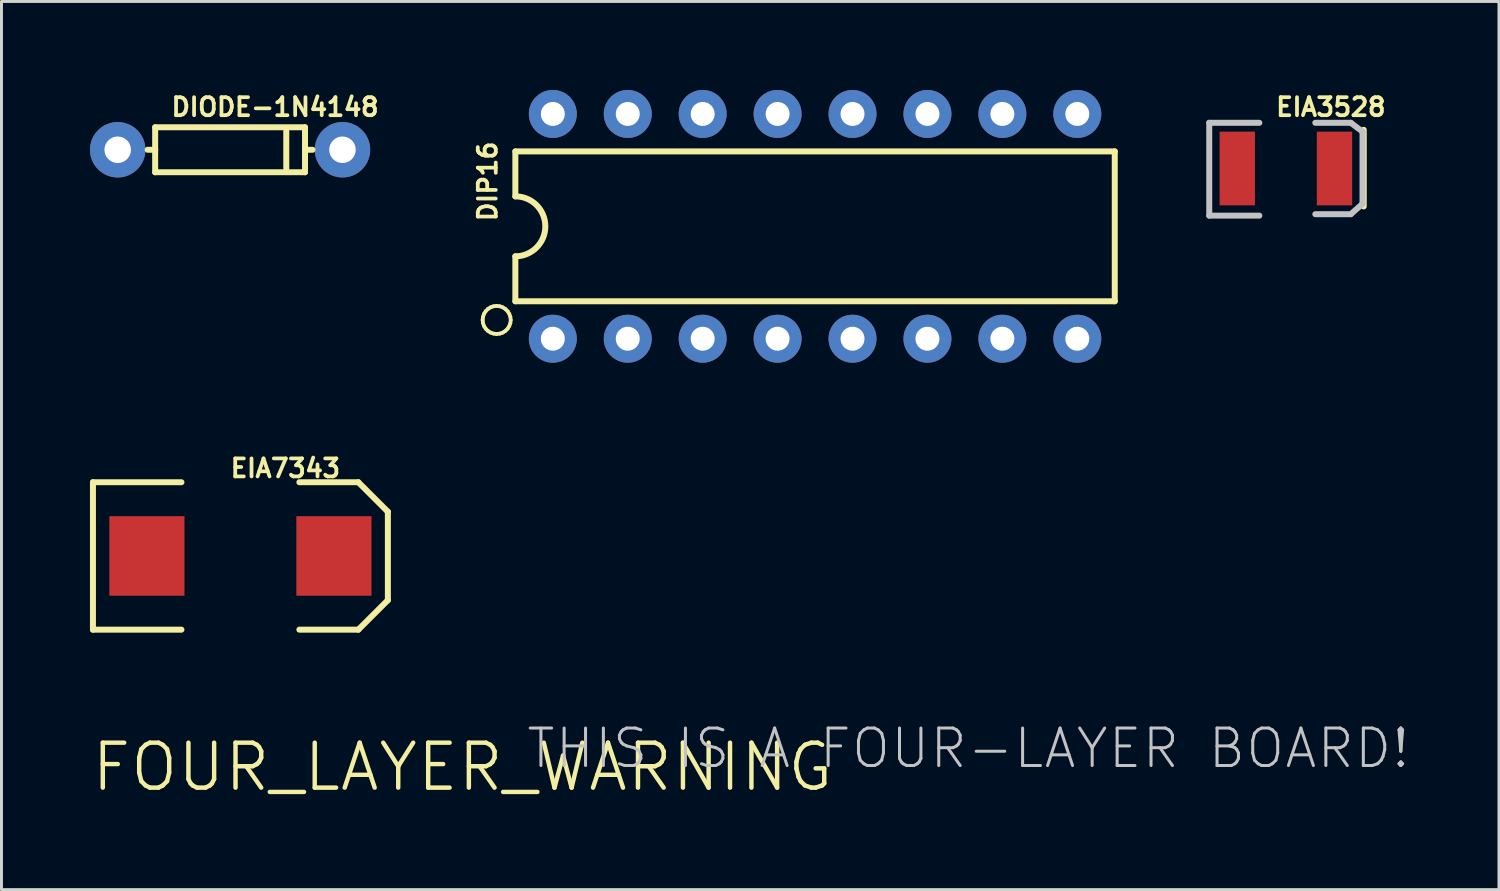
<source format=kicad_pcb>
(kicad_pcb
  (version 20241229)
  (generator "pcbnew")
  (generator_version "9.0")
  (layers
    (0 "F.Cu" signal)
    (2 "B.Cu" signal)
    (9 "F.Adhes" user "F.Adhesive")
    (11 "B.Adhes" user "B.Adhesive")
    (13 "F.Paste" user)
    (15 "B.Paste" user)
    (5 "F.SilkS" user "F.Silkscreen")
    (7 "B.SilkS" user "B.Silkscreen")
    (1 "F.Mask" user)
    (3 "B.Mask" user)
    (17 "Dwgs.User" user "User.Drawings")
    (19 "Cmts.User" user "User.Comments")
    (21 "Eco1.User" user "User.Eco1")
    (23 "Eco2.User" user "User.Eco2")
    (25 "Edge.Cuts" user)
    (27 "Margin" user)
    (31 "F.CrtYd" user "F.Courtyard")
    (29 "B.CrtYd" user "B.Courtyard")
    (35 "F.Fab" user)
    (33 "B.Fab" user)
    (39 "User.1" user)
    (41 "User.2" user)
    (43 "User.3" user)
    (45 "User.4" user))
  (footprint "FOUR_LAYER_WARNING"
    (layer "F.Cu")
    (at 12.627 22.954)
    (property "Reference" "FOUR_LAYER_WARNING" (at 0 0 0) (layer "F.SilkS") (effects (font (size 1.524 1.524) (thickness 0.15))))
    (attr exclude_from_pos_files exclude_from_bom)
    (fp_text user "THIS IS A FOUR-LAYER BOARD!" (at 17.145 -0.635 0) (layer "Dwgs.User") (effects (font (size 1.27 1.27) (thickness 0.102)))))
  (footprint "DIP16"
    (layer "F.Cu")
    (at 24.581 4.623)
    (property "Reference" "DIP16" (at -11.1 -1.524 90) (layer "F.SilkS") (effects (font (size 0.61 0.61) (thickness 0.127))))
    (attr exclude_from_pos_files exclude_from_bom)
    (fp_line (start -11.27 3.175) (end -11.257 3.068) (stroke (width 0.127) (type solid)) (layer "F.SilkS"))
    (fp_line (start -11.257 3.068) (end -11.222 2.967) (stroke (width 0.127) (type solid)) (layer "F.SilkS"))
    (fp_line (start -11.257 3.279) (end -11.27 3.175) (stroke (width 0.127) (type solid)) (layer "F.SilkS"))
    (fp_line (start -11.222 2.967) (end -11.166 2.878) (stroke (width 0.127) (type solid)) (layer "F.SilkS"))
    (fp_line (start -11.222 3.381) (end -11.257 3.279) (stroke (width 0.127) (type solid)) (layer "F.SilkS"))
    (fp_line (start -11.166 2.878) (end -11.09 2.802) (stroke (width 0.127) (type solid)) (layer "F.SilkS"))
    (fp_line (start -11.166 3.47) (end -11.222 3.381) (stroke (width 0.127) (type solid)) (layer "F.SilkS"))
    (fp_line (start -11.09 2.802) (end -11.001 2.746) (stroke (width 0.127) (type solid)) (layer "F.SilkS"))
    (fp_line (start -11.09 3.546) (end -11.166 3.47) (stroke (width 0.127) (type solid)) (layer "F.SilkS"))
    (fp_line (start -11.001 2.746) (end -10.899 2.71) (stroke (width 0.127) (type solid)) (layer "F.SilkS"))
    (fp_line (start -11.001 3.602) (end -11.09 3.546) (stroke (width 0.127) (type solid)) (layer "F.SilkS"))
    (fp_line (start -10.899 2.71) (end -10.795 2.697) (stroke (width 0.127) (type solid)) (layer "F.SilkS"))
    (fp_line (start -10.899 3.637) (end -11.001 3.602) (stroke (width 0.127) (type solid)) (layer "F.SilkS"))
    (fp_line (start -10.795 2.697) (end -10.688 2.71) (stroke (width 0.127) (type solid)) (layer "F.SilkS"))
    (fp_line (start -10.795 3.65) (end -10.899 3.637) (stroke (width 0.127) (type solid)) (layer "F.SilkS"))
    (fp_line (start -10.688 2.71) (end -10.587 2.746) (stroke (width 0.127) (type solid)) (layer "F.SilkS"))
    (fp_line (start -10.688 3.637) (end -10.795 3.65) (stroke (width 0.127) (type solid)) (layer "F.SilkS"))
    (fp_line (start -10.587 2.746) (end -10.498 2.802) (stroke (width 0.127) (type solid)) (layer "F.SilkS"))
    (fp_line (start -10.587 3.602) (end -10.688 3.637) (stroke (width 0.127) (type solid)) (layer "F.SilkS"))
    (fp_line (start -10.498 2.802) (end -10.422 2.878) (stroke (width 0.127) (type solid)) (layer "F.SilkS"))
    (fp_line (start -10.498 3.546) (end -10.587 3.602) (stroke (width 0.127) (type solid)) (layer "F.SilkS"))
    (fp_line (start -10.422 2.878) (end -10.366 2.967) (stroke (width 0.127) (type solid)) (layer "F.SilkS"))
    (fp_line (start -10.422 3.47) (end -10.498 3.546) (stroke (width 0.127) (type solid)) (layer "F.SilkS"))
    (fp_line (start -10.366 2.967) (end -10.33 3.068) (stroke (width 0.127) (type solid)) (layer "F.SilkS"))
    (fp_line (start -10.366 3.381) (end -10.422 3.47) (stroke (width 0.127) (type solid)) (layer "F.SilkS"))
    (fp_line (start -10.33 3.068) (end -10.317 3.175) (stroke (width 0.127) (type solid)) (layer "F.SilkS"))
    (fp_line (start -10.33 3.279) (end -10.366 3.381) (stroke (width 0.127) (type solid)) (layer "F.SilkS"))
    (fp_line (start -10.317 3.175) (end -10.33 3.279) (stroke (width 0.127) (type solid)) (layer "F.SilkS"))
    (fp_line (start -10.16 -2.54) (end -10.16 -1.016) (stroke (width 0.203) (type solid)) (layer "F.SilkS"))
    (fp_line (start -10.16 2.54) (end -10.16 1.016) (stroke (width 0.203) (type solid)) (layer "F.SilkS"))
    (fp_line (start -10.16 2.54) (end 10.16 2.54) (stroke (width 0.203) (type solid)) (layer "F.SilkS"))
    (fp_line (start 10.16 -2.54) (end -10.16 -2.54) (stroke (width 0.203) (type solid)) (layer "F.SilkS"))
    (fp_line (start 10.16 -2.54) (end 10.16 2.54) (stroke (width 0.203) (type solid)) (layer "F.SilkS"))
    (fp_arc (start -10.16 -1.016) (mid -9.144 0) (end -10.16 1.016) (stroke (width 0.2032) (type solid)) (layer "F.SilkS"))
    (pad "1" thru_hole circle (at -8.89 3.81) (size 1.626 1.626) (drill 0.813) (layers "*.Cu" "*.Paste" "*.Mask"))
    (pad "2" thru_hole circle (at -6.35 3.81) (size 1.626 1.626) (drill 0.813) (layers "*.Cu" "*.Paste" "*.Mask"))
    (pad "3" thru_hole circle (at -3.81 3.81) (size 1.626 1.626) (drill 0.813) (layers "*.Cu" "*.Paste" "*.Mask"))
    (pad "4" thru_hole circle (at -1.27 3.81) (size 1.626 1.626) (drill 0.813) (layers "*.Cu" "*.Paste" "*.Mask"))
    (pad "5" thru_hole circle (at 1.27 3.81) (size 1.626 1.626) (drill 0.813) (layers "*.Cu" "*.Paste" "*.Mask"))
    (pad "6" thru_hole circle (at 3.81 3.81) (size 1.626 1.626) (drill 0.813) (layers "*.Cu" "*.Paste" "*.Mask"))
    (pad "7" thru_hole circle (at 6.35 3.81) (size 1.626 1.626) (drill 0.813) (layers "*.Cu" "*.Paste" "*.Mask"))
    (pad "8" thru_hole circle (at 8.89 3.81) (size 1.626 1.626) (drill 0.813) (layers "*.Cu" "*.Paste" "*.Mask"))
    (pad "9" thru_hole circle (at 8.89 -3.81) (size 1.626 1.626) (drill 0.813) (layers "*.Cu" "*.Paste" "*.Mask"))
    (pad "10" thru_hole circle (at 6.35 -3.81) (size 1.626 1.626) (drill 0.813) (layers "*.Cu" "*.Paste" "*.Mask"))
    (pad "11" thru_hole circle (at 3.81 -3.81) (size 1.626 1.626) (drill 0.813) (layers "*.Cu" "*.Paste" "*.Mask"))
    (pad "12" thru_hole circle (at 1.27 -3.81) (size 1.626 1.626) (drill 0.813) (layers "*.Cu" "*.Paste" "*.Mask"))
    (pad "13" thru_hole circle (at -1.27 -3.81) (size 1.626 1.626) (drill 0.813) (layers "*.Cu" "*.Paste" "*.Mask"))
    (pad "14" thru_hole circle (at -3.81 -3.81) (size 1.626 1.626) (drill 0.813) (layers "*.Cu" "*.Paste" "*.Mask"))
    (pad "15" thru_hole circle (at -6.35 -3.81) (size 1.626 1.626) (drill 0.813) (layers "*.Cu" "*.Paste" "*.Mask"))
    (pad "16" thru_hole circle (at -8.89 -3.81) (size 1.626 1.626) (drill 0.813) (layers "*.Cu" "*.Paste" "*.Mask")))
  (footprint "DIODE-1N4148"
    (layer "F.Cu")
    (at 4.75 2.027)
    (property "Reference" "DIODE-1N4148" (at 1.524 -1.448 0) (layer "F.SilkS") (effects (font (size 0.61 0.61) (thickness 0.127))))
    (attr exclude_from_pos_files exclude_from_bom)
    (fp_line (start -2.54 -0.762) (end 2.54 -0.762) (stroke (width 0.203) (type solid)) (layer "F.SilkS"))
    (fp_line (start -2.54 0) (end -2.794 0) (stroke (width 0.203) (type solid)) (layer "F.SilkS"))
    (fp_line (start -2.54 0) (end -2.54 -0.762) (stroke (width 0.203) (type solid)) (layer "F.SilkS"))
    (fp_line (start -2.54 0.762) (end -2.54 0) (stroke (width 0.203) (type solid)) (layer "F.SilkS"))
    (fp_line (start 1.905 -0.635) (end 1.905 0.635) (stroke (width 0.203) (type solid)) (layer "F.SilkS"))
    (fp_line (start 2.54 -0.762) (end 2.54 0) (stroke (width 0.203) (type solid)) (layer "F.SilkS"))
    (fp_line (start 2.54 0) (end 2.54 0.762) (stroke (width 0.203) (type solid)) (layer "F.SilkS"))
    (fp_line (start 2.54 0) (end 2.794 0) (stroke (width 0.203) (type solid)) (layer "F.SilkS"))
    (fp_line (start 2.54 0.762) (end -2.54 0.762) (stroke (width 0.203) (type solid)) (layer "F.SilkS"))
    (pad "A" thru_hole circle (at -3.81 0) (size 1.88 1.88) (drill 0.899) (layers "*.Cu" "*.Paste" "*.Mask"))
    (pad "C" thru_hole circle (at 3.81 0) (size 1.88 1.88) (drill 0.899) (layers "*.Cu" "*.Paste" "*.Mask")))
  (footprint "EIA3528"
    (layer "F.Cu")
    (at 40.542 2.662)
    (property "Reference" "EIA3528" (at 1.524 -2.083 0) (layer "F.SilkS") (effects (font (size 0.61 0.61) (thickness 0.127))))
    (attr smd)
    (fp_line (start 2.639 -1.311) (end 2.639 1.285) (stroke (width 0.203) (type solid)) (layer "F.SilkS"))
    (fp_line (start -2.598 -1.549) (end -0.899 -1.549) (stroke (width 0.203) (type solid)) (layer "Dwgs.User"))
    (fp_line (start -2.598 1.598) (end -2.598 -1.549) (stroke (width 0.203) (type solid)) (layer "Dwgs.User"))
    (fp_line (start -0.899 1.598) (end -2.598 1.598) (stroke (width 0.203) (type solid)) (layer "Dwgs.User"))
    (fp_line (start 0.998 1.549) (end 2.2 1.549) (stroke (width 0.203) (type solid)) (layer "Dwgs.User"))
    (fp_line (start 2.2 -1.549) (end 0.998 -1.549) (stroke (width 0.203) (type solid)) (layer "Dwgs.User"))
    (fp_line (start 2.2 1.549) (end 2.598 1.199) (stroke (width 0.203) (type solid)) (layer "Dwgs.User"))
    (fp_line (start 2.598 -1.25) (end 2.2 -1.549) (stroke (width 0.203) (type solid)) (layer "Dwgs.User"))
    (fp_line (start 2.598 1.199) (end 2.598 -1.25) (stroke (width 0.203) (type solid)) (layer "Dwgs.User"))
    (pad "A" smd rect (at 1.648 0 90) (size 2.499 1.199) (layers "F.Cu" "F.Mask" "F.Paste"))
    (pad "C" smd rect (at -1.648 0 90) (size 2.499 1.199) (layers "F.Cu" "F.Mask" "F.Paste")))
  (footprint "EIA7343"
    (layer "F.Cu")
    (at 5.1 15.797)
    (property "Reference" "EIA7343" (at 1.524 -2.972 0) (layer "F.SilkS") (effects (font (size 0.61 0.61) (thickness 0.127))))
    (attr smd)
    (fp_line (start -4.999 -2.499) (end -4.999 2.499) (stroke (width 0.203) (type solid)) (layer "F.SilkS"))
    (fp_line (start -4.999 -2.499) (end -1.999 -2.499) (stroke (width 0.203) (type solid)) (layer "F.SilkS"))
    (fp_line (start -4.999 2.499) (end -1.999 2.499) (stroke (width 0.203) (type solid)) (layer "F.SilkS"))
    (fp_line (start 1.999 -2.499) (end 3.998 -2.499) (stroke (width 0.203) (type solid)) (layer "F.SilkS"))
    (fp_line (start 3.998 -2.499) (end 4.999 -1.499) (stroke (width 0.203) (type solid)) (layer "F.SilkS"))
    (fp_line (start 3.998 2.499) (end 1.999 2.499) (stroke (width 0.203) (type solid)) (layer "F.SilkS"))
    (fp_line (start 4.999 -1.499) (end 4.999 1.499) (stroke (width 0.203) (type solid)) (layer "F.SilkS"))
    (fp_line (start 4.999 1.499) (end 3.998 2.499) (stroke (width 0.203) (type solid)) (layer "F.SilkS"))
    (pad "A" smd rect (at 3.17 0 180) (size 2.548 2.697) (layers "F.Cu" "F.Mask" "F.Paste"))
    (pad "C" smd rect (at -3.17 0 180) (size 2.548 2.697) (layers "F.Cu" "F.Mask" "F.Paste")))
  (gr_rect
    (start -3 -3)
    (end 47.766 27.109)
    (stroke (width 0.1) (type default))
    (fill no)
    (layer "Edge.Cuts")))
</source>
